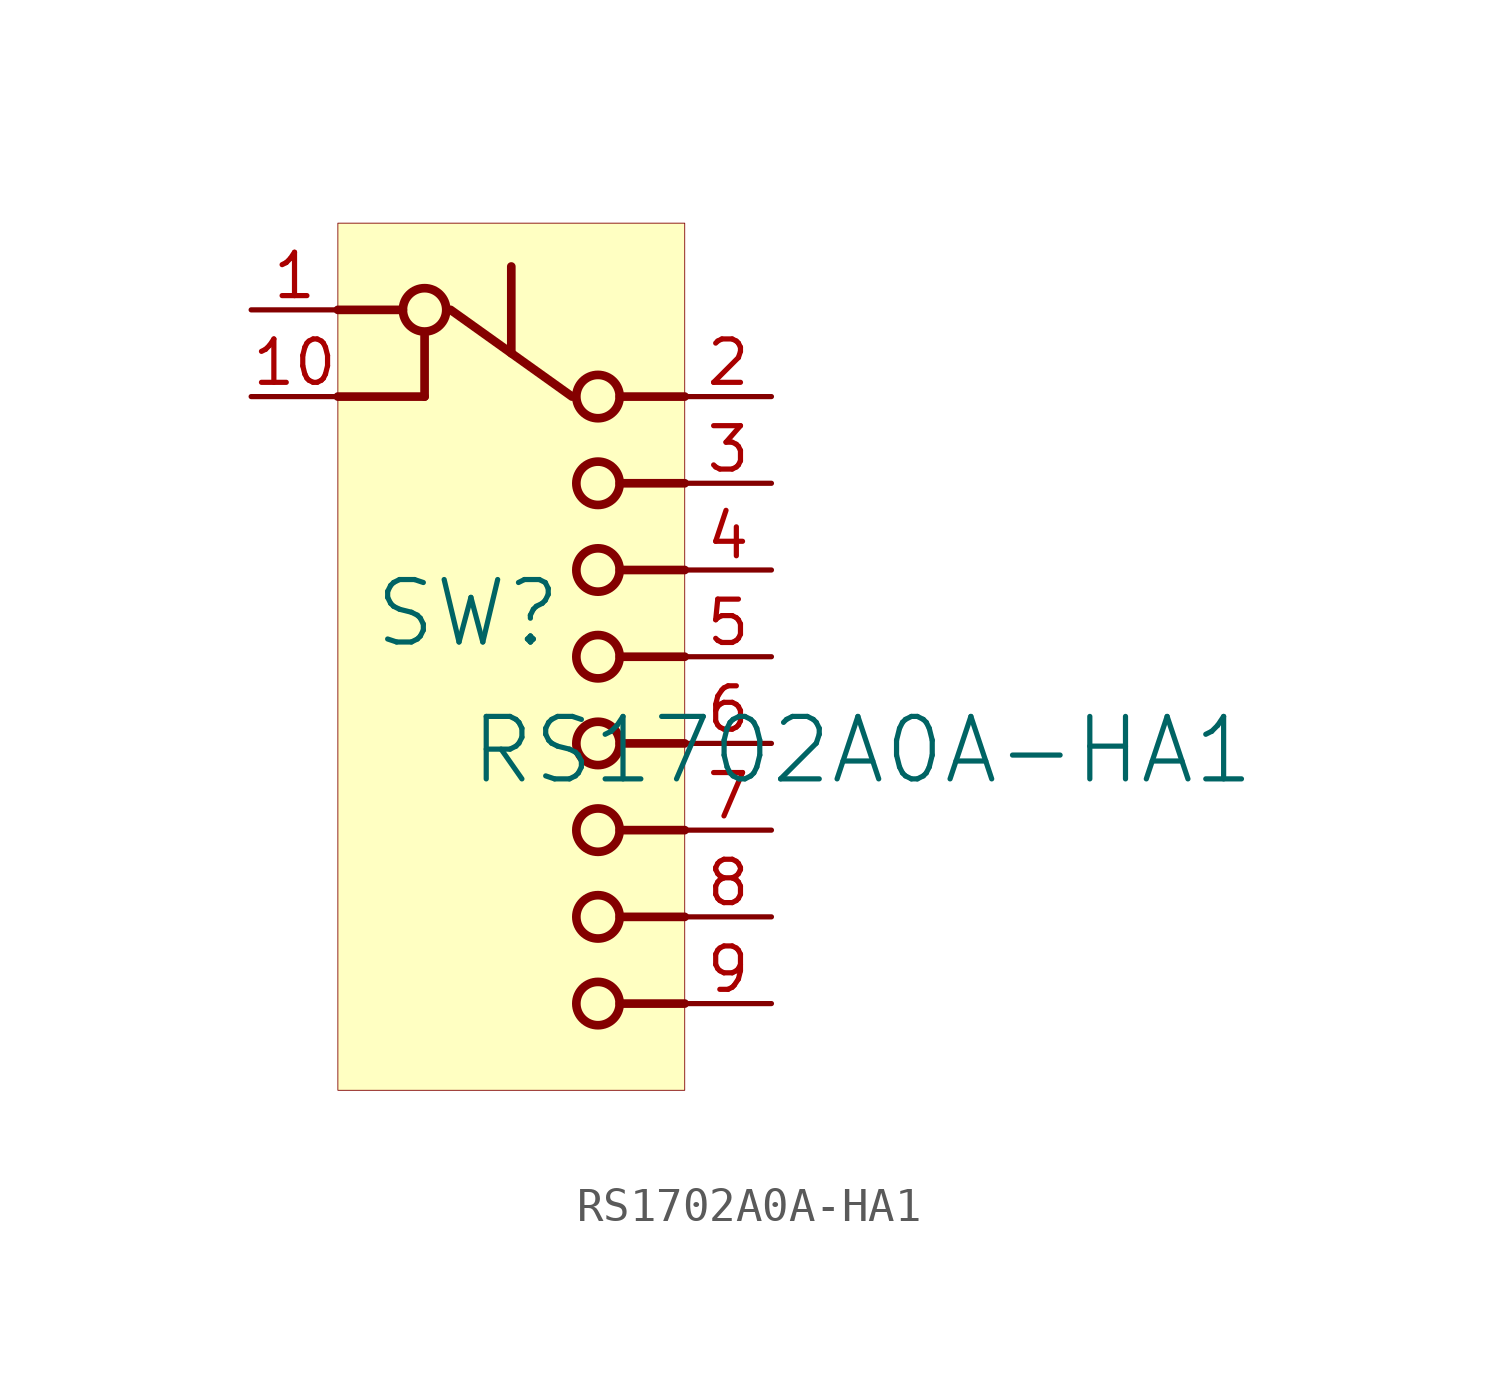
<source format=kicad_sym>
(kicad_symbol_lib
  (version 20231120)
  (generator "kicad_symbol_editor")
  (generator_version "8.0")
  (symbol "RS1702A0A-HA1"
    (property "Reference" "SW"
      (at -1.27 1.27 0)
      (effects (font (size 1.829 1.829))))
    (property "Value" "RS1702A0A-HA1"
      (at -1.27 -3.81 0)
      (effects (font (size 1.829 1.829)) (justify left bottom)))
    (symbol "RS1702A0A-HA1_1_0"
      (circle (center -2.54 10.16) (radius 0.635) (stroke (width 0.254) (type solid)) (fill (type none)))
      (polyline (pts (xy -5.08 10.16) (xy -3.175 10.16)) (stroke (width 0.254) (type solid)) (fill (type none)))
      (polyline (pts (xy -2.54 7.62) (xy -5.08 7.62)) (stroke (width 0.254) (type solid)) (fill (type none)))
      (polyline (pts (xy -2.54 9.398) (xy -2.54 7.62)) (stroke (width 0.254) (type solid)) (fill (type none)))
      (polyline (pts (xy -1.778 10.16) (xy 1.778 7.62)) (stroke (width 0.254) (type solid)) (fill (type none)))
      (polyline (pts (xy 0 11.43) (xy 0 8.89)) (stroke (width 0.254) (type solid)) (fill (type none)))
      (polyline (pts (xy 3.175 -10.16) (xy 5.08 -10.16)) (stroke (width 0.254) (type solid)) (fill (type none)))
      (polyline (pts (xy 3.175 -7.62) (xy 5.08 -7.62)) (stroke (width 0.254) (type solid)) (fill (type none)))
      (polyline (pts (xy 3.175 -5.08) (xy 5.08 -5.08)) (stroke (width 0.254) (type solid)) (fill (type none)))
      (polyline (pts (xy 3.175 0) (xy 5.08 0)) (stroke (width 0.254) (type solid)) (fill (type none)))
      (polyline (pts (xy 3.175 5.08) (xy 5.08 5.08)) (stroke (width 0.254) (type solid)) (fill (type none)))
      (polyline (pts (xy 5.08 -2.54) (xy 3.175 -2.54)) (stroke (width 0.254) (type solid)) (fill (type none)))
      (polyline (pts (xy 5.08 2.54) (xy 3.175 2.54)) (stroke (width 0.254) (type solid)) (fill (type none)))
      (polyline (pts (xy 5.08 7.62) (xy 3.175 7.62)) (stroke (width 0.254) (type solid)) (fill (type none)))
      (circle (center 2.54 -10.16) (radius 0.635) (stroke (width 0.254) (type solid)) (fill (type none)))
      (circle (center 2.54 -7.62) (radius 0.635) (stroke (width 0.254) (type solid)) (fill (type none)))
      (circle (center 2.54 -5.08) (radius 0.635) (stroke (width 0.254) (type solid)) (fill (type none)))
      (circle (center 2.54 -2.54) (radius 0.635) (stroke (width 0.254) (type solid)) (fill (type none)))
      (circle (center 2.54 0) (radius 0.635) (stroke (width 0.254) (type solid)) (fill (type none)))
      (circle (center 2.54 2.54) (radius 0.635) (stroke (width 0.254) (type solid)) (fill (type none)))
      (circle (center 2.54 5.08) (radius 0.635) (stroke (width 0.254) (type solid)) (fill (type none)))
      (circle (center 2.54 7.62) (radius 0.635) (stroke (width 0.254) (type solid)) (fill (type none)))
      (rectangle (start 5.08 12.7) (end -5.08 -12.7) (stroke (width 0.025) (type solid) (color 128 0 0 1)) (fill (type background)))
      (pin passive line (at -7.62 10.16 0) (length 2.54) (name "COM" (effects (font (size 0 0)))) (number "1" (effects (font (size 1.27 1.27)))))
      (pin passive line (at -7.62 7.62 0) (length 2.54) (name "COM" (effects (font (size 0 0)))) (number "10" (effects (font (size 1.27 1.27)))))
      (pin passive line (at 7.62 7.62 180) (length 2.54) (name "2" (effects (font (size 0 0)))) (number "2" (effects (font (size 1.27 1.27)))))
      (pin passive line (at 7.62 5.08 180) (length 2.54) (name "3" (effects (font (size 0 0)))) (number "3" (effects (font (size 1.27 1.27)))))
      (pin passive line (at 7.62 2.54 180) (length 2.54) (name "4" (effects (font (size 0 0)))) (number "4" (effects (font (size 1.27 1.27)))))
      (pin passive line (at 7.62 0 180) (length 2.54) (name "5" (effects (font (size 0 0)))) (number "5" (effects (font (size 1.27 1.27)))))
      (pin passive line (at 7.62 -2.54 180) (length 2.54) (name "6" (effects (font (size 0 0)))) (number "6" (effects (font (size 1.27 1.27)))))
      (pin passive line (at 7.62 -5.08 180) (length 2.54) (name "7" (effects (font (size 0 0)))) (number "7" (effects (font (size 1.27 1.27)))))
      (pin passive line (at 7.62 -7.62 180) (length 2.54) (name "8" (effects (font (size 0 0)))) (number "8" (effects (font (size 1.27 1.27)))))
      (pin passive line (at 7.62 -10.16 180) (length 2.54) (name "9" (effects (font (size 0 0)))) (number "9" (effects (font (size 1.27 1.27))))))))
</source>
